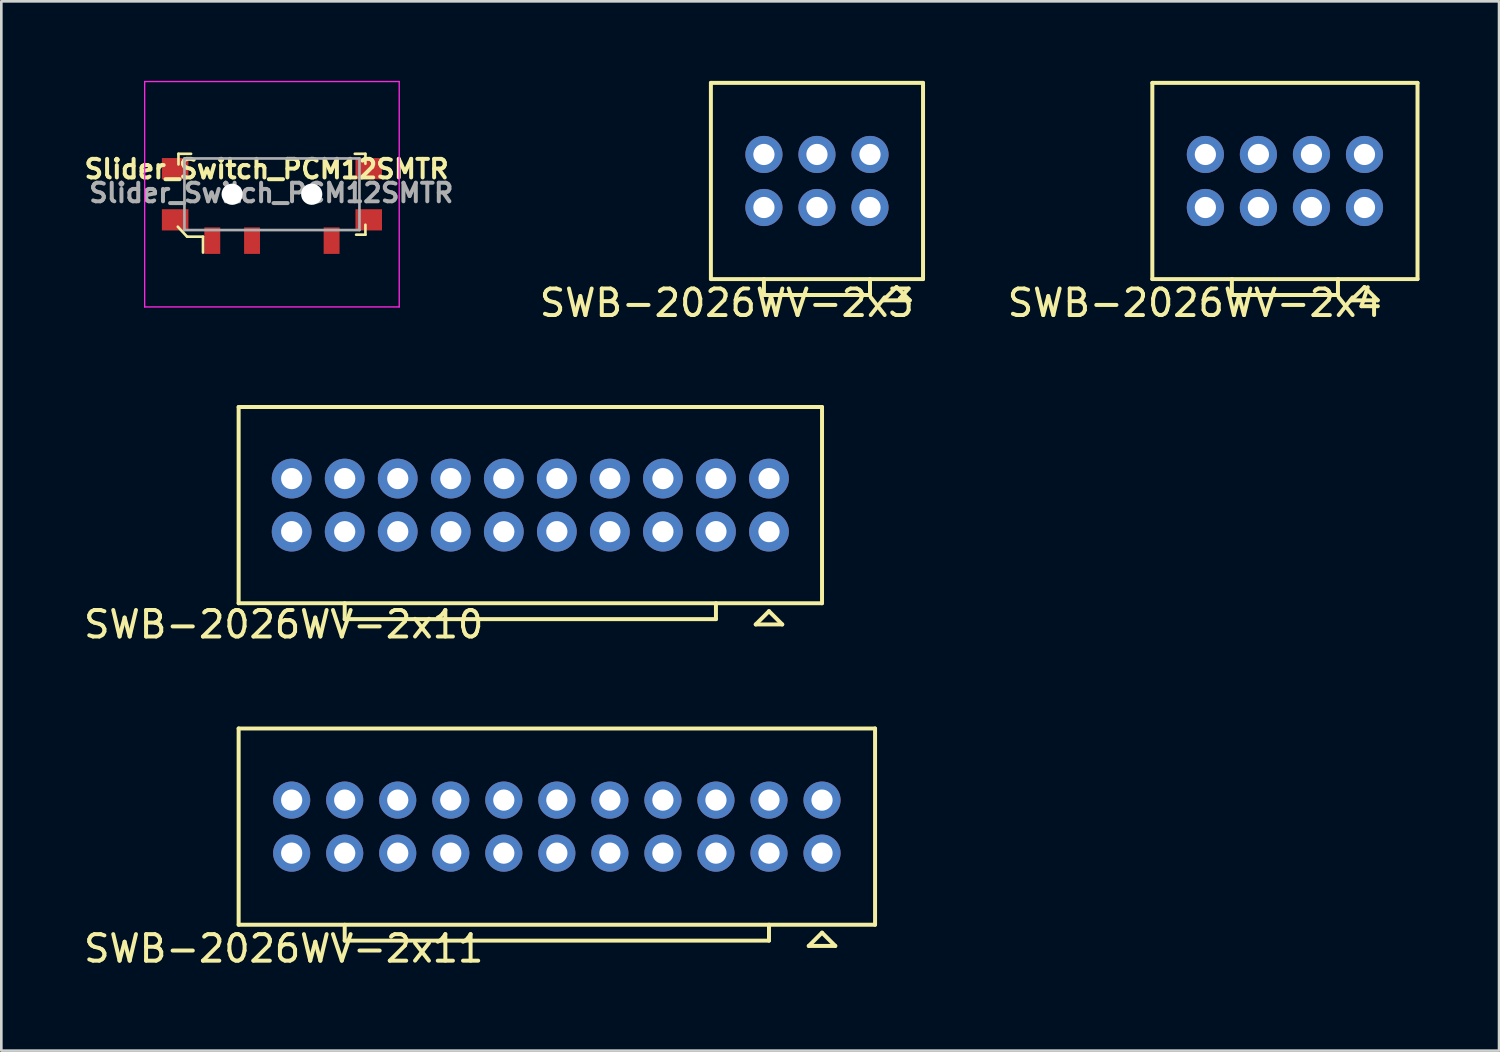
<source format=kicad_pcb>
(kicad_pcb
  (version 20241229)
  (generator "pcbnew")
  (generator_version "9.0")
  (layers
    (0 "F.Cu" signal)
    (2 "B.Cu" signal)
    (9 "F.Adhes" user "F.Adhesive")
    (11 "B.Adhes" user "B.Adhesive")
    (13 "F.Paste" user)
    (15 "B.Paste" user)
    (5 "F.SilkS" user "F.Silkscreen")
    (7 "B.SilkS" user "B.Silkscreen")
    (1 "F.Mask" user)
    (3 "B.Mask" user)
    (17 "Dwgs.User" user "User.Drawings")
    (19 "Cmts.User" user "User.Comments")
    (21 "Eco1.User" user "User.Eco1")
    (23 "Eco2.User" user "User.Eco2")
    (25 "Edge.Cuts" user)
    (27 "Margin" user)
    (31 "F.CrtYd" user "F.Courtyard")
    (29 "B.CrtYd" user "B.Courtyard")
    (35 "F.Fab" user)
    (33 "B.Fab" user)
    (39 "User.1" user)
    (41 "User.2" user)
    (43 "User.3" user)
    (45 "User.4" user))
  (footprint "SWB-2026WV-2x4"
    (layer "F.Cu")
    (at 45.405 3.775)
    (property "Reference" "SWB-2026WV-2x4" (at -3.4 4.6 0) (layer "F.SilkS") (effects (font (size 1 1) (thickness 0.15))))
    (attr through_hole)
    (fp_line (start -5 -3.7) (end -5 3.7) (stroke (width 0.15) (type solid)) (layer "F.SilkS"))
    (fp_line (start -5 3.7) (end 5 3.7) (stroke (width 0.15) (type solid)) (layer "F.SilkS"))
    (fp_line (start -2 3.7) (end -2 4.3) (stroke (width 0.15) (type solid)) (layer "F.SilkS"))
    (fp_line (start -2 4.3) (end 2 4.3) (stroke (width 0.15) (type solid)) (layer "F.SilkS"))
    (fp_line (start 2 4.3) (end 2 3.7) (stroke (width 0.15) (type solid)) (layer "F.SilkS"))
    (fp_line (start 2.5 4.5) (end 3.5 4.5) (stroke (width 0.15) (type solid)) (layer "F.SilkS"))
    (fp_line (start 3 4) (end 2.5 4.5) (stroke (width 0.15) (type solid)) (layer "F.SilkS"))
    (fp_line (start 3.5 4.5) (end 3 4) (stroke (width 0.15) (type solid)) (layer "F.SilkS"))
    (fp_line (start 5 -3.7) (end -5 -3.7) (stroke (width 0.15) (type solid)) (layer "F.SilkS"))
    (fp_line (start 5 3.7) (end 5 -3.7) (stroke (width 0.15) (type solid)) (layer "F.SilkS"))
    (pad "1" thru_hole circle (at 3 1) (size 1.4 1.4) (drill 0.8) (layers "*.Cu" "*.Mask"))
    (pad "2" thru_hole circle (at 3 -1) (size 1.4 1.4) (drill 0.8) (layers "*.Cu" "*.Mask"))
    (pad "3" thru_hole circle (at 1 1) (size 1.4 1.4) (drill 0.8) (layers "*.Cu" "*.Mask"))
    (pad "4" thru_hole circle (at 1 -1) (size 1.4 1.4) (drill 0.8) (layers "*.Cu" "*.Mask"))
    (pad "5" thru_hole circle (at -1 1) (size 1.4 1.4) (drill 0.8) (layers "*.Cu" "*.Mask"))
    (pad "6" thru_hole circle (at -1 -1) (size 1.4 1.4) (drill 0.8) (layers "*.Cu" "*.Mask"))
    (pad "7" thru_hole circle (at -3 1) (size 1.4 1.4) (drill 0.8) (layers "*.Cu" "*.Mask"))
    (pad "8" thru_hole circle (at -3 -1) (size 1.4 1.4) (drill 0.8) (layers "*.Cu" "*.Mask")))
  (footprint "Slider_Switch_PCM12SMTR"
    (layer "F.Cu")
    (at 7.205 4.275)
    (property "Reference" "Slider_Switch_PCM12SMTR" (at -0.2 -0.95 0) (layer "F.SilkS") (effects (font (size 0.7 0.7) (thickness 0.15))))
    (attr through_hole)
    (fp_line (start -3.55 1.225) (end -3.2 1.6) (stroke (width 0.1) (type solid)) (layer "F.SilkS"))
    (fp_line (start -3.525 -1.525) (end -3.525 -1.125) (stroke (width 0.1) (type solid)) (layer "F.SilkS"))
    (fp_line (start -3.2 1.6) (end -2.6 1.6) (stroke (width 0.1) (type solid)) (layer "F.SilkS"))
    (fp_line (start -3.05 -1.525) (end -3.525 -1.525) (stroke (width 0.1) (type solid)) (layer "F.SilkS"))
    (fp_line (start -2.6 1.6) (end -2.6 2.2) (stroke (width 0.1) (type solid)) (layer "F.SilkS"))
    (fp_line (start 3.125 -1.525) (end 3.525 -1.525) (stroke (width 0.1) (type solid)) (layer "F.SilkS"))
    (fp_line (start 3.525 1.15) (end 3.525 1.525) (stroke (width 0.1) (type solid)) (layer "F.SilkS"))
    (fp_line (start 3.525 -1.525) (end 3.525 -1.15) (stroke (width 0.1) (type solid)) (layer "F.SilkS"))
    (fp_line (start 3.525 1.525) (end 3.175 1.525) (stroke (width 0.1) (type solid)) (layer "F.SilkS"))
    (fp_line (start -4.8 -4.25) (end -4.8 4.25) (stroke (width 0.05) (type solid)) (layer "F.CrtYd"))
    (fp_line (start -4.8 4.25) (end 4.8 4.25) (stroke (width 0.05) (type solid)) (layer "F.CrtYd"))
    (fp_line (start 4.8 -4.25) (end -4.8 -4.25) (stroke (width 0.05) (type solid)) (layer "F.CrtYd"))
    (fp_line (start 4.8 -4.25) (end 4.8 4.25) (stroke (width 0.05) (type solid)) (layer "F.CrtYd"))
    (fp_line (start -3.3 1.35) (end -3.3 -1.35) (stroke (width 0.1) (type solid)) (layer "F.Fab"))
    (fp_line (start -3.3 1.35) (end 3.3 1.35) (stroke (width 0.1) (type solid)) (layer "F.Fab"))
    (fp_line (start 3.3 -1.35) (end -3.3 -1.35) (stroke (width 0.1) (type solid)) (layer "F.Fab"))
    (fp_line (start 3.3 -1.35) (end 3.3 1.35) (stroke (width 0.1) (type solid)) (layer "F.Fab"))
    (fp_text user "${REFERENCE}" (at -0.025 -0.05 0) (layer "F.Fab") (effects (font (size 0.7 0.7) (thickness 0.15))))
    (pad "" np_thru_hole circle (at -1.5 0) (size 0.8 0.8) (drill 0.8) (layers "*.Cu" "*.Mask"))
    (pad "" np_thru_hole circle (at 1.5 0) (size 0.8 0.8) (drill 0.8) (layers "*.Cu" "*.Mask"))
    (pad "0" smd rect (at -3.65 -0.965) (size 1 0.8) (layers "F.Cu" "F.Mask" "F.Paste"))
    (pad "0" smd rect (at -3.65 0.965) (size 1 0.8) (layers "F.Cu" "F.Mask" "F.Paste"))
    (pad "0" smd rect (at 3.65 -0.965) (size 1 0.8) (layers "F.Cu" "F.Mask" "F.Paste"))
    (pad "0" smd rect (at 3.65 0.965) (size 1 0.8) (layers "F.Cu" "F.Mask" "F.Paste"))
    (pad "1" smd rect (at -2.25 1.75) (size 0.6 1) (layers "F.Cu" "F.Mask" "F.Paste"))
    (pad "2" smd rect (at -0.75 1.75) (size 0.6 1) (layers "F.Cu" "F.Mask" "F.Paste"))
    (pad "3" smd rect (at 2.25 1.75) (size 0.6 1) (layers "F.Cu" "F.Mask" "F.Paste")))
  (footprint "SWB-2026WV-2x11"
    (layer "F.Cu")
    (at 17.949 28.122)
    (property "Reference" "SWB-2026WV-2x11" (at -10.3 4.6 0) (layer "F.SilkS") (effects (font (size 1 1) (thickness 0.15))))
    (attr through_hole)
    (fp_line (start -12 -3.7) (end -12 3.7) (stroke (width 0.15) (type solid)) (layer "F.SilkS"))
    (fp_line (start -12 3.7) (end 12 3.7) (stroke (width 0.15) (type solid)) (layer "F.SilkS"))
    (fp_line (start -8 3.7) (end -8 4.3) (stroke (width 0.15) (type solid)) (layer "F.SilkS"))
    (fp_line (start -8 4.3) (end 8 4.3) (stroke (width 0.15) (type solid)) (layer "F.SilkS"))
    (fp_line (start 8 4.3) (end 8 3.7) (stroke (width 0.15) (type solid)) (layer "F.SilkS"))
    (fp_line (start 9.5 4.5) (end 10.5 4.5) (stroke (width 0.15) (type solid)) (layer "F.SilkS"))
    (fp_line (start 10 4) (end 9.5 4.5) (stroke (width 0.15) (type solid)) (layer "F.SilkS"))
    (fp_line (start 10.5 4.5) (end 10 4) (stroke (width 0.15) (type solid)) (layer "F.SilkS"))
    (fp_line (start 12 -3.7) (end -12 -3.7) (stroke (width 0.15) (type solid)) (layer "F.SilkS"))
    (fp_line (start 12 3.7) (end 12 -3.7) (stroke (width 0.15) (type solid)) (layer "F.SilkS"))
    (pad "1" thru_hole circle (at 10 1) (size 1.4 1.4) (drill 0.8) (layers "*.Cu" "*.Mask"))
    (pad "2" thru_hole circle (at 10 -1) (size 1.4 1.4) (drill 0.8) (layers "*.Cu" "*.Mask"))
    (pad "3" thru_hole circle (at 8 1) (size 1.4 1.4) (drill 0.8) (layers "*.Cu" "*.Mask"))
    (pad "4" thru_hole circle (at 8 -1) (size 1.4 1.4) (drill 0.8) (layers "*.Cu" "*.Mask"))
    (pad "5" thru_hole circle (at 6 1) (size 1.4 1.4) (drill 0.8) (layers "*.Cu" "*.Mask"))
    (pad "6" thru_hole circle (at 6 -1) (size 1.4 1.4) (drill 0.8) (layers "*.Cu" "*.Mask"))
    (pad "7" thru_hole circle (at 4 1) (size 1.4 1.4) (drill 0.8) (layers "*.Cu" "*.Mask"))
    (pad "8" thru_hole circle (at 4 -1) (size 1.4 1.4) (drill 0.8) (layers "*.Cu" "*.Mask"))
    (pad "9" thru_hole circle (at 2 1) (size 1.4 1.4) (drill 0.8) (layers "*.Cu" "*.Mask"))
    (pad "10" thru_hole circle (at 2 -1) (size 1.4 1.4) (drill 0.8) (layers "*.Cu" "*.Mask"))
    (pad "11" thru_hole circle (at 0 1) (size 1.4 1.4) (drill 0.8) (layers "*.Cu" "*.Mask"))
    (pad "12" thru_hole circle (at 0 -1) (size 1.4 1.4) (drill 0.8) (layers "*.Cu" "*.Mask"))
    (pad "13" thru_hole circle (at -2 1) (size 1.4 1.4) (drill 0.8) (layers "*.Cu" "*.Mask"))
    (pad "14" thru_hole circle (at -2 -1) (size 1.4 1.4) (drill 0.8) (layers "*.Cu" "*.Mask"))
    (pad "15" thru_hole circle (at -4 1) (size 1.4 1.4) (drill 0.8) (layers "*.Cu" "*.Mask"))
    (pad "16" thru_hole circle (at -4 -1) (size 1.4 1.4) (drill 0.8) (layers "*.Cu" "*.Mask"))
    (pad "17" thru_hole circle (at -6 1) (size 1.4 1.4) (drill 0.8) (layers "*.Cu" "*.Mask"))
    (pad "18" thru_hole circle (at -6 -1) (size 1.4 1.4) (drill 0.8) (layers "*.Cu" "*.Mask"))
    (pad "19" thru_hole circle (at -8 1) (size 1.4 1.4) (drill 0.8) (layers "*.Cu" "*.Mask"))
    (pad "20" thru_hole circle (at -8 -1) (size 1.4 1.4) (drill 0.8) (layers "*.Cu" "*.Mask"))
    (pad "21" thru_hole circle (at -10 1) (size 1.4 1.4) (drill 0.8) (layers "*.Cu" "*.Mask"))
    (pad "22" thru_hole circle (at -10 -1) (size 1.4 1.4) (drill 0.8) (layers "*.Cu" "*.Mask")))
  (footprint "SWB-2026WV-2x10"
    (layer "F.Cu")
    (at 25.949 16.998)
    (property "Reference" "SWB-2026WV-2x10" (at -18.3 3.5 0) (layer "F.SilkS") (effects (font (size 1 1) (thickness 0.15))))
    (attr through_hole)
    (fp_line (start -20 -4.7) (end -20 2.7) (stroke (width 0.15) (type solid)) (layer "F.SilkS"))
    (fp_line (start -20 2.7) (end 2 2.7) (stroke (width 0.15) (type solid)) (layer "F.SilkS"))
    (fp_line (start -16 2.7) (end -16 3.3) (stroke (width 0.15) (type solid)) (layer "F.SilkS"))
    (fp_line (start -16 3.3) (end -2 3.3) (stroke (width 0.15) (type solid)) (layer "F.SilkS"))
    (fp_line (start -2 3.3) (end -2 2.7) (stroke (width 0.15) (type solid)) (layer "F.SilkS"))
    (fp_line (start -0.5 3.5) (end 0.5 3.5) (stroke (width 0.15) (type solid)) (layer "F.SilkS"))
    (fp_line (start 0 3) (end -0.5 3.5) (stroke (width 0.15) (type solid)) (layer "F.SilkS"))
    (fp_line (start 0.5 3.5) (end 0 3) (stroke (width 0.15) (type solid)) (layer "F.SilkS"))
    (fp_line (start 2 -4.7) (end -20 -4.7) (stroke (width 0.15) (type solid)) (layer "F.SilkS"))
    (fp_line (start 2 2.7) (end 2 -4.7) (stroke (width 0.15) (type solid)) (layer "F.SilkS"))
    (pad "1" thru_hole circle (at 0 0) (size 1.5 1.5) (drill 0.8) (layers "*.Cu" "*.Mask"))
    (pad "2" thru_hole circle (at 0 -2) (size 1.5 1.5) (drill 0.8) (layers "*.Cu" "*.Mask"))
    (pad "3" thru_hole circle (at -2 0) (size 1.5 1.5) (drill 0.8) (layers "*.Cu" "*.Mask"))
    (pad "4" thru_hole circle (at -2 -2) (size 1.5 1.5) (drill 0.8) (layers "*.Cu" "*.Mask"))
    (pad "5" thru_hole circle (at -4 0) (size 1.5 1.5) (drill 0.8) (layers "*.Cu" "*.Mask"))
    (pad "6" thru_hole circle (at -4 -2) (size 1.5 1.5) (drill 0.8) (layers "*.Cu" "*.Mask"))
    (pad "7" thru_hole circle (at -6 0) (size 1.5 1.5) (drill 0.8) (layers "*.Cu" "*.Mask"))
    (pad "8" thru_hole circle (at -6 -2) (size 1.5 1.5) (drill 0.8) (layers "*.Cu" "*.Mask"))
    (pad "9" thru_hole circle (at -8 0) (size 1.5 1.5) (drill 0.8) (layers "*.Cu" "*.Mask"))
    (pad "10" thru_hole circle (at -8 -2) (size 1.5 1.5) (drill 0.8) (layers "*.Cu" "*.Mask"))
    (pad "11" thru_hole circle (at -10 0) (size 1.5 1.5) (drill 0.8) (layers "*.Cu" "*.Mask"))
    (pad "12" thru_hole circle (at -10 -2) (size 1.5 1.5) (drill 0.8) (layers "*.Cu" "*.Mask"))
    (pad "13" thru_hole circle (at -12 0) (size 1.5 1.5) (drill 0.8) (layers "*.Cu" "*.Mask"))
    (pad "14" thru_hole circle (at -12 -2) (size 1.5 1.5) (drill 0.8) (layers "*.Cu" "*.Mask"))
    (pad "15" thru_hole circle (at -14 0) (size 1.5 1.5) (drill 0.8) (layers "*.Cu" "*.Mask"))
    (pad "16" thru_hole circle (at -14 -2) (size 1.5 1.5) (drill 0.8) (layers "*.Cu" "*.Mask"))
    (pad "17" thru_hole circle (at -16 0) (size 1.5 1.5) (drill 0.8) (layers "*.Cu" "*.Mask"))
    (pad "18" thru_hole circle (at -16 -2) (size 1.5 1.5) (drill 0.8) (layers "*.Cu" "*.Mask"))
    (pad "19" thru_hole circle (at -18 0) (size 1.5 1.5) (drill 0.8) (layers "*.Cu" "*.Mask"))
    (pad "20" thru_hole circle (at -18 -2) (size 1.5 1.5) (drill 0.8) (layers "*.Cu" "*.Mask")))
  (footprint "SWB-2026WV-2x3"
    (layer "F.Cu")
    (at 27.758 3.775)
    (property "Reference" "SWB-2026WV-2x3" (at -3.4 4.6 0) (layer "F.SilkS") (effects (font (size 1 1) (thickness 0.15))))
    (attr through_hole)
    (fp_line (start -4 -3.7) (end -4 3.7) (stroke (width 0.15) (type solid)) (layer "F.SilkS"))
    (fp_line (start -4 3.7) (end 4 3.7) (stroke (width 0.15) (type solid)) (layer "F.SilkS"))
    (fp_line (start -2 3.7) (end -2 4.3) (stroke (width 0.15) (type solid)) (layer "F.SilkS"))
    (fp_line (start -2 4.3) (end 2 4.3) (stroke (width 0.15) (type solid)) (layer "F.SilkS"))
    (fp_line (start 2 4.3) (end 2 3.7) (stroke (width 0.15) (type solid)) (layer "F.SilkS"))
    (fp_line (start 2.5 4.5) (end 3.5 4.5) (stroke (width 0.15) (type solid)) (layer "F.SilkS"))
    (fp_line (start 3 4) (end 2.5 4.5) (stroke (width 0.15) (type solid)) (layer "F.SilkS"))
    (fp_line (start 3.5 4.5) (end 3 4) (stroke (width 0.15) (type solid)) (layer "F.SilkS"))
    (fp_line (start 4 -3.7) (end -4 -3.7) (stroke (width 0.15) (type solid)) (layer "F.SilkS"))
    (fp_line (start 4 3.7) (end 4 -3.7) (stroke (width 0.15) (type solid)) (layer "F.SilkS"))
    (pad "1" thru_hole circle (at 2 1) (size 1.4 1.4) (drill 0.8) (layers "*.Cu" "*.Mask"))
    (pad "2" thru_hole circle (at 2 -1) (size 1.4 1.4) (drill 0.8) (layers "*.Cu" "*.Mask"))
    (pad "3" thru_hole circle (at 0 1) (size 1.4 1.4) (drill 0.8) (layers "*.Cu" "*.Mask"))
    (pad "4" thru_hole circle (at 0 -1) (size 1.4 1.4) (drill 0.8) (layers "*.Cu" "*.Mask"))
    (pad "5" thru_hole circle (at -2 1) (size 1.4 1.4) (drill 0.8) (layers "*.Cu" "*.Mask"))
    (pad "6" thru_hole circle (at -2 -1) (size 1.4 1.4) (drill 0.8) (layers "*.Cu" "*.Mask")))
  (gr_rect
    (start -3 -3)
    (end 53.48 36.57)
    (stroke (width 0.1) (type default))
    (fill no)
    (layer "Edge.Cuts")))
</source>
